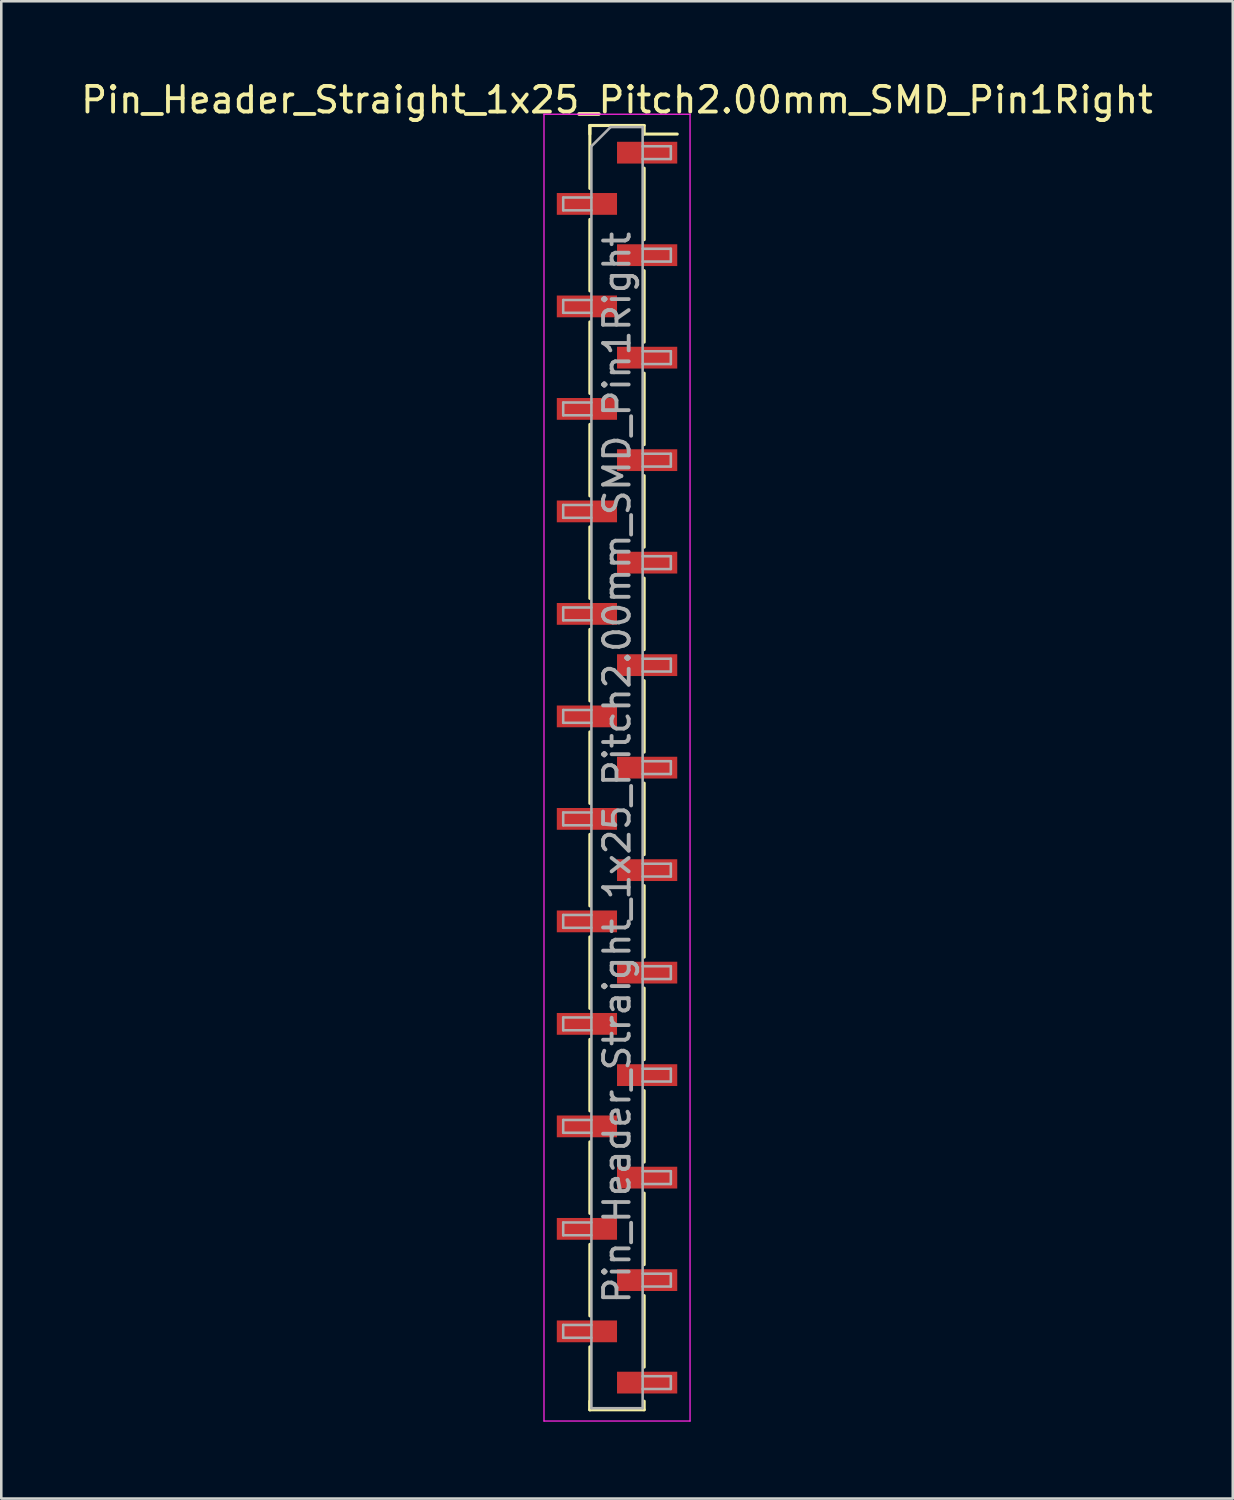
<source format=kicad_pcb>
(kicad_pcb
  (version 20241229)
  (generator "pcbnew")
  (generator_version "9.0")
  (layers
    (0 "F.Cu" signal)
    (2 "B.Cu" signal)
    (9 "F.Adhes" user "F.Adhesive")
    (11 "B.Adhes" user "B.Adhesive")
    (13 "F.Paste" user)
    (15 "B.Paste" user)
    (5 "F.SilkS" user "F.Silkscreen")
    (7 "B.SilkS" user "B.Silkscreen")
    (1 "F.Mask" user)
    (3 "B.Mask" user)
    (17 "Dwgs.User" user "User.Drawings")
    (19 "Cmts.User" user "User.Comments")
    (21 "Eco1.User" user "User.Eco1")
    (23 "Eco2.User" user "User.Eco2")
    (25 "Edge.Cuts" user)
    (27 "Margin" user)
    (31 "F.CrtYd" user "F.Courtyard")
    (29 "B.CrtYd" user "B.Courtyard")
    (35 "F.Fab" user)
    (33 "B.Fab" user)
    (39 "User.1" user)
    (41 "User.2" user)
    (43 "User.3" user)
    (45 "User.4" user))
  (footprint "Pin_Header_Straight_1x25_Pitch2.00mm_SMD_Pin1Right"
    (layer "F.Cu")
    (at 21.03 26.908)
    (property "Reference" "Pin_Header_Straight_1x25_Pitch2.00mm_SMD_Pin1Right" (at 0 -26.06 0) (layer "F.SilkS") (effects (font (size 1 1) (thickness 0.15))))
    (attr smd)
    (fp_line (start -1.06 -25.06) (end -1.06 -22.605) (stroke (width 0.12) (type solid)) (layer "F.SilkS"))
    (fp_line (start -1.06 -25.06) (end 1.06 -25.06) (stroke (width 0.12) (type solid)) (layer "F.SilkS"))
    (fp_line (start -1.06 -24.725) (end -1.06 -25.06) (stroke (width 0.12) (type solid)) (layer "F.SilkS"))
    (fp_line (start -1.06 -21.395) (end -1.06 -18.605) (stroke (width 0.12) (type solid)) (layer "F.SilkS"))
    (fp_line (start -1.06 -17.395) (end -1.06 -14.605) (stroke (width 0.12) (type solid)) (layer "F.SilkS"))
    (fp_line (start -1.06 -13.395) (end -1.06 -10.605) (stroke (width 0.12) (type solid)) (layer "F.SilkS"))
    (fp_line (start -1.06 -9.395) (end -1.06 -6.605) (stroke (width 0.12) (type solid)) (layer "F.SilkS"))
    (fp_line (start -1.06 -5.395) (end -1.06 -2.605) (stroke (width 0.12) (type solid)) (layer "F.SilkS"))
    (fp_line (start -1.06 -1.395) (end -1.06 1.395) (stroke (width 0.12) (type solid)) (layer "F.SilkS"))
    (fp_line (start -1.06 2.605) (end -1.06 5.395) (stroke (width 0.12) (type solid)) (layer "F.SilkS"))
    (fp_line (start -1.06 6.605) (end -1.06 9.395) (stroke (width 0.12) (type solid)) (layer "F.SilkS"))
    (fp_line (start -1.06 10.605) (end -1.06 13.395) (stroke (width 0.12) (type solid)) (layer "F.SilkS"))
    (fp_line (start -1.06 14.605) (end -1.06 17.395) (stroke (width 0.12) (type solid)) (layer "F.SilkS"))
    (fp_line (start -1.06 18.605) (end -1.06 21.395) (stroke (width 0.12) (type solid)) (layer "F.SilkS"))
    (fp_line (start -1.06 22.605) (end -1.06 25.06) (stroke (width 0.12) (type solid)) (layer "F.SilkS"))
    (fp_line (start -1.06 24.725) (end -1.06 25.06) (stroke (width 0.12) (type solid)) (layer "F.SilkS"))
    (fp_line (start -1.06 25.06) (end 1.06 25.06) (stroke (width 0.12) (type solid)) (layer "F.SilkS"))
    (fp_line (start 1.06 -25.06) (end 1.06 -24.725) (stroke (width 0.12) (type solid)) (layer "F.SilkS"))
    (fp_line (start 1.06 -24.725) (end 2.35 -24.725) (stroke (width 0.12) (type solid)) (layer "F.SilkS"))
    (fp_line (start 1.06 -23.395) (end 1.06 -20.605) (stroke (width 0.12) (type solid)) (layer "F.SilkS"))
    (fp_line (start 1.06 -19.395) (end 1.06 -16.605) (stroke (width 0.12) (type solid)) (layer "F.SilkS"))
    (fp_line (start 1.06 -15.395) (end 1.06 -12.605) (stroke (width 0.12) (type solid)) (layer "F.SilkS"))
    (fp_line (start 1.06 -11.395) (end 1.06 -8.605) (stroke (width 0.12) (type solid)) (layer "F.SilkS"))
    (fp_line (start 1.06 -7.395) (end 1.06 -4.605) (stroke (width 0.12) (type solid)) (layer "F.SilkS"))
    (fp_line (start 1.06 -3.395) (end 1.06 -0.605) (stroke (width 0.12) (type solid)) (layer "F.SilkS"))
    (fp_line (start 1.06 0.605) (end 1.06 3.395) (stroke (width 0.12) (type solid)) (layer "F.SilkS"))
    (fp_line (start 1.06 4.605) (end 1.06 7.395) (stroke (width 0.12) (type solid)) (layer "F.SilkS"))
    (fp_line (start 1.06 8.605) (end 1.06 11.395) (stroke (width 0.12) (type solid)) (layer "F.SilkS"))
    (fp_line (start 1.06 12.605) (end 1.06 15.395) (stroke (width 0.12) (type solid)) (layer "F.SilkS"))
    (fp_line (start 1.06 16.605) (end 1.06 19.395) (stroke (width 0.12) (type solid)) (layer "F.SilkS"))
    (fp_line (start 1.06 20.605) (end 1.06 23.395) (stroke (width 0.12) (type solid)) (layer "F.SilkS"))
    (fp_line (start 1.06 25.06) (end 1.06 24.725) (stroke (width 0.12) (type solid)) (layer "F.SilkS"))
    (fp_line (start -2.85 -25.5) (end -2.85 25.5) (stroke (width 0.05) (type solid)) (layer "F.CrtYd"))
    (fp_line (start -2.85 25.5) (end 2.85 25.5) (stroke (width 0.05) (type solid)) (layer "F.CrtYd"))
    (fp_line (start 2.85 -25.5) (end -2.85 -25.5) (stroke (width 0.05) (type solid)) (layer "F.CrtYd"))
    (fp_line (start 2.85 25.5) (end 2.85 -25.5) (stroke (width 0.05) (type solid)) (layer "F.CrtYd"))
    (fp_line (start -2.1 -22.25) (end -2.1 -21.75) (stroke (width 0.1) (type solid)) (layer "F.Fab"))
    (fp_line (start -2.1 -21.75) (end -1 -21.75) (stroke (width 0.1) (type solid)) (layer "F.Fab"))
    (fp_line (start -2.1 -18.25) (end -2.1 -17.75) (stroke (width 0.1) (type solid)) (layer "F.Fab"))
    (fp_line (start -2.1 -17.75) (end -1 -17.75) (stroke (width 0.1) (type solid)) (layer "F.Fab"))
    (fp_line (start -2.1 -14.25) (end -2.1 -13.75) (stroke (width 0.1) (type solid)) (layer "F.Fab"))
    (fp_line (start -2.1 -13.75) (end -1 -13.75) (stroke (width 0.1) (type solid)) (layer "F.Fab"))
    (fp_line (start -2.1 -10.25) (end -2.1 -9.75) (stroke (width 0.1) (type solid)) (layer "F.Fab"))
    (fp_line (start -2.1 -9.75) (end -1 -9.75) (stroke (width 0.1) (type solid)) (layer "F.Fab"))
    (fp_line (start -2.1 -6.25) (end -2.1 -5.75) (stroke (width 0.1) (type solid)) (layer "F.Fab"))
    (fp_line (start -2.1 -5.75) (end -1 -5.75) (stroke (width 0.1) (type solid)) (layer "F.Fab"))
    (fp_line (start -2.1 -2.25) (end -2.1 -1.75) (stroke (width 0.1) (type solid)) (layer "F.Fab"))
    (fp_line (start -2.1 -1.75) (end -1 -1.75) (stroke (width 0.1) (type solid)) (layer "F.Fab"))
    (fp_line (start -2.1 1.75) (end -2.1 2.25) (stroke (width 0.1) (type solid)) (layer "F.Fab"))
    (fp_line (start -2.1 2.25) (end -1 2.25) (stroke (width 0.1) (type solid)) (layer "F.Fab"))
    (fp_line (start -2.1 5.75) (end -2.1 6.25) (stroke (width 0.1) (type solid)) (layer "F.Fab"))
    (fp_line (start -2.1 6.25) (end -1 6.25) (stroke (width 0.1) (type solid)) (layer "F.Fab"))
    (fp_line (start -2.1 9.75) (end -2.1 10.25) (stroke (width 0.1) (type solid)) (layer "F.Fab"))
    (fp_line (start -2.1 10.25) (end -1 10.25) (stroke (width 0.1) (type solid)) (layer "F.Fab"))
    (fp_line (start -2.1 13.75) (end -2.1 14.25) (stroke (width 0.1) (type solid)) (layer "F.Fab"))
    (fp_line (start -2.1 14.25) (end -1 14.25) (stroke (width 0.1) (type solid)) (layer "F.Fab"))
    (fp_line (start -2.1 17.75) (end -2.1 18.25) (stroke (width 0.1) (type solid)) (layer "F.Fab"))
    (fp_line (start -2.1 18.25) (end -1 18.25) (stroke (width 0.1) (type solid)) (layer "F.Fab"))
    (fp_line (start -2.1 21.75) (end -2.1 22.25) (stroke (width 0.1) (type solid)) (layer "F.Fab"))
    (fp_line (start -2.1 22.25) (end -1 22.25) (stroke (width 0.1) (type solid)) (layer "F.Fab"))
    (fp_line (start -1 -24.25) (end -0.25 -25) (stroke (width 0.1) (type solid)) (layer "F.Fab"))
    (fp_line (start -1 -22.25) (end -2.1 -22.25) (stroke (width 0.1) (type solid)) (layer "F.Fab"))
    (fp_line (start -1 -18.25) (end -2.1 -18.25) (stroke (width 0.1) (type solid)) (layer "F.Fab"))
    (fp_line (start -1 -14.25) (end -2.1 -14.25) (stroke (width 0.1) (type solid)) (layer "F.Fab"))
    (fp_line (start -1 -10.25) (end -2.1 -10.25) (stroke (width 0.1) (type solid)) (layer "F.Fab"))
    (fp_line (start -1 -6.25) (end -2.1 -6.25) (stroke (width 0.1) (type solid)) (layer "F.Fab"))
    (fp_line (start -1 -2.25) (end -2.1 -2.25) (stroke (width 0.1) (type solid)) (layer "F.Fab"))
    (fp_line (start -1 1.75) (end -2.1 1.75) (stroke (width 0.1) (type solid)) (layer "F.Fab"))
    (fp_line (start -1 5.75) (end -2.1 5.75) (stroke (width 0.1) (type solid)) (layer "F.Fab"))
    (fp_line (start -1 9.75) (end -2.1 9.75) (stroke (width 0.1) (type solid)) (layer "F.Fab"))
    (fp_line (start -1 13.75) (end -2.1 13.75) (stroke (width 0.1) (type solid)) (layer "F.Fab"))
    (fp_line (start -1 17.75) (end -2.1 17.75) (stroke (width 0.1) (type solid)) (layer "F.Fab"))
    (fp_line (start -1 21.75) (end -2.1 21.75) (stroke (width 0.1) (type solid)) (layer "F.Fab"))
    (fp_line (start -1 25) (end -1 -24.25) (stroke (width 0.1) (type solid)) (layer "F.Fab"))
    (fp_line (start -0.25 -25) (end 1 -25) (stroke (width 0.1) (type solid)) (layer "F.Fab"))
    (fp_line (start 1 -25) (end 1 25) (stroke (width 0.1) (type solid)) (layer "F.Fab"))
    (fp_line (start 1 -24.25) (end 2.1 -24.25) (stroke (width 0.1) (type solid)) (layer "F.Fab"))
    (fp_line (start 1 -20.25) (end 2.1 -20.25) (stroke (width 0.1) (type solid)) (layer "F.Fab"))
    (fp_line (start 1 -16.25) (end 2.1 -16.25) (stroke (width 0.1) (type solid)) (layer "F.Fab"))
    (fp_line (start 1 -12.25) (end 2.1 -12.25) (stroke (width 0.1) (type solid)) (layer "F.Fab"))
    (fp_line (start 1 -8.25) (end 2.1 -8.25) (stroke (width 0.1) (type solid)) (layer "F.Fab"))
    (fp_line (start 1 -4.25) (end 2.1 -4.25) (stroke (width 0.1) (type solid)) (layer "F.Fab"))
    (fp_line (start 1 -0.25) (end 2.1 -0.25) (stroke (width 0.1) (type solid)) (layer "F.Fab"))
    (fp_line (start 1 3.75) (end 2.1 3.75) (stroke (width 0.1) (type solid)) (layer "F.Fab"))
    (fp_line (start 1 7.75) (end 2.1 7.75) (stroke (width 0.1) (type solid)) (layer "F.Fab"))
    (fp_line (start 1 11.75) (end 2.1 11.75) (stroke (width 0.1) (type solid)) (layer "F.Fab"))
    (fp_line (start 1 15.75) (end 2.1 15.75) (stroke (width 0.1) (type solid)) (layer "F.Fab"))
    (fp_line (start 1 19.75) (end 2.1 19.75) (stroke (width 0.1) (type solid)) (layer "F.Fab"))
    (fp_line (start 1 23.75) (end 2.1 23.75) (stroke (width 0.1) (type solid)) (layer "F.Fab"))
    (fp_line (start 1 25) (end -1 25) (stroke (width 0.1) (type solid)) (layer "F.Fab"))
    (fp_line (start 2.1 -24.25) (end 2.1 -23.75) (stroke (width 0.1) (type solid)) (layer "F.Fab"))
    (fp_line (start 2.1 -23.75) (end 1 -23.75) (stroke (width 0.1) (type solid)) (layer "F.Fab"))
    (fp_line (start 2.1 -20.25) (end 2.1 -19.75) (stroke (width 0.1) (type solid)) (layer "F.Fab"))
    (fp_line (start 2.1 -19.75) (end 1 -19.75) (stroke (width 0.1) (type solid)) (layer "F.Fab"))
    (fp_line (start 2.1 -16.25) (end 2.1 -15.75) (stroke (width 0.1) (type solid)) (layer "F.Fab"))
    (fp_line (start 2.1 -15.75) (end 1 -15.75) (stroke (width 0.1) (type solid)) (layer "F.Fab"))
    (fp_line (start 2.1 -12.25) (end 2.1 -11.75) (stroke (width 0.1) (type solid)) (layer "F.Fab"))
    (fp_line (start 2.1 -11.75) (end 1 -11.75) (stroke (width 0.1) (type solid)) (layer "F.Fab"))
    (fp_line (start 2.1 -8.25) (end 2.1 -7.75) (stroke (width 0.1) (type solid)) (layer "F.Fab"))
    (fp_line (start 2.1 -7.75) (end 1 -7.75) (stroke (width 0.1) (type solid)) (layer "F.Fab"))
    (fp_line (start 2.1 -4.25) (end 2.1 -3.75) (stroke (width 0.1) (type solid)) (layer "F.Fab"))
    (fp_line (start 2.1 -3.75) (end 1 -3.75) (stroke (width 0.1) (type solid)) (layer "F.Fab"))
    (fp_line (start 2.1 -0.25) (end 2.1 0.25) (stroke (width 0.1) (type solid)) (layer "F.Fab"))
    (fp_line (start 2.1 0.25) (end 1 0.25) (stroke (width 0.1) (type solid)) (layer "F.Fab"))
    (fp_line (start 2.1 3.75) (end 2.1 4.25) (stroke (width 0.1) (type solid)) (layer "F.Fab"))
    (fp_line (start 2.1 4.25) (end 1 4.25) (stroke (width 0.1) (type solid)) (layer "F.Fab"))
    (fp_line (start 2.1 7.75) (end 2.1 8.25) (stroke (width 0.1) (type solid)) (layer "F.Fab"))
    (fp_line (start 2.1 8.25) (end 1 8.25) (stroke (width 0.1) (type solid)) (layer "F.Fab"))
    (fp_line (start 2.1 11.75) (end 2.1 12.25) (stroke (width 0.1) (type solid)) (layer "F.Fab"))
    (fp_line (start 2.1 12.25) (end 1 12.25) (stroke (width 0.1) (type solid)) (layer "F.Fab"))
    (fp_line (start 2.1 15.75) (end 2.1 16.25) (stroke (width 0.1) (type solid)) (layer "F.Fab"))
    (fp_line (start 2.1 16.25) (end 1 16.25) (stroke (width 0.1) (type solid)) (layer "F.Fab"))
    (fp_line (start 2.1 19.75) (end 2.1 20.25) (stroke (width 0.1) (type solid)) (layer "F.Fab"))
    (fp_line (start 2.1 20.25) (end 1 20.25) (stroke (width 0.1) (type solid)) (layer "F.Fab"))
    (fp_line (start 2.1 23.75) (end 2.1 24.25) (stroke (width 0.1) (type solid)) (layer "F.Fab"))
    (fp_line (start 2.1 24.25) (end 1 24.25) (stroke (width 0.1) (type solid)) (layer "F.Fab"))
    (fp_text user "${REFERENCE}" (at 0 0 90) (layer "F.Fab") (effects (font (size 1 1) (thickness 0.15))))
    (pad "1" smd rect (at 1.175 -24) (size 2.35 0.85) (layers "F.Cu" "F.Mask" "F.Paste"))
    (pad "2" smd rect (at -1.175 -22) (size 2.35 0.85) (layers "F.Cu" "F.Mask" "F.Paste"))
    (pad "3" smd rect (at 1.175 -20) (size 2.35 0.85) (layers "F.Cu" "F.Mask" "F.Paste"))
    (pad "4" smd rect (at -1.175 -18) (size 2.35 0.85) (layers "F.Cu" "F.Mask" "F.Paste"))
    (pad "5" smd rect (at 1.175 -16) (size 2.35 0.85) (layers "F.Cu" "F.Mask" "F.Paste"))
    (pad "6" smd rect (at -1.175 -14) (size 2.35 0.85) (layers "F.Cu" "F.Mask" "F.Paste"))
    (pad "7" smd rect (at 1.175 -12) (size 2.35 0.85) (layers "F.Cu" "F.Mask" "F.Paste"))
    (pad "8" smd rect (at -1.175 -10) (size 2.35 0.85) (layers "F.Cu" "F.Mask" "F.Paste"))
    (pad "9" smd rect (at 1.175 -8) (size 2.35 0.85) (layers "F.Cu" "F.Mask" "F.Paste"))
    (pad "10" smd rect (at -1.175 -6) (size 2.35 0.85) (layers "F.Cu" "F.Mask" "F.Paste"))
    (pad "11" smd rect (at 1.175 -4) (size 2.35 0.85) (layers "F.Cu" "F.Mask" "F.Paste"))
    (pad "12" smd rect (at -1.175 -2) (size 2.35 0.85) (layers "F.Cu" "F.Mask" "F.Paste"))
    (pad "13" smd rect (at 1.175 0) (size 2.35 0.85) (layers "F.Cu" "F.Mask" "F.Paste"))
    (pad "14" smd rect (at -1.175 2) (size 2.35 0.85) (layers "F.Cu" "F.Mask" "F.Paste"))
    (pad "15" smd rect (at 1.175 4) (size 2.35 0.85) (layers "F.Cu" "F.Mask" "F.Paste"))
    (pad "16" smd rect (at -1.175 6) (size 2.35 0.85) (layers "F.Cu" "F.Mask" "F.Paste"))
    (pad "17" smd rect (at 1.175 8) (size 2.35 0.85) (layers "F.Cu" "F.Mask" "F.Paste"))
    (pad "18" smd rect (at -1.175 10) (size 2.35 0.85) (layers "F.Cu" "F.Mask" "F.Paste"))
    (pad "19" smd rect (at 1.175 12) (size 2.35 0.85) (layers "F.Cu" "F.Mask" "F.Paste"))
    (pad "20" smd rect (at -1.175 14) (size 2.35 0.85) (layers "F.Cu" "F.Mask" "F.Paste"))
    (pad "21" smd rect (at 1.175 16) (size 2.35 0.85) (layers "F.Cu" "F.Mask" "F.Paste"))
    (pad "22" smd rect (at -1.175 18) (size 2.35 0.85) (layers "F.Cu" "F.Mask" "F.Paste"))
    (pad "23" smd rect (at 1.175 20) (size 2.35 0.85) (layers "F.Cu" "F.Mask" "F.Paste"))
    (pad "24" smd rect (at -1.175 22) (size 2.35 0.85) (layers "F.Cu" "F.Mask" "F.Paste"))
    (pad "25" smd rect (at 1.175 24) (size 2.35 0.85) (layers "F.Cu" "F.Mask" "F.Paste")))
  (gr_rect
    (start -3 -3)
    (end 45.06 55.433)
    (stroke (width 0.1) (type default))
    (fill no)
    (layer "Edge.Cuts")))
</source>
